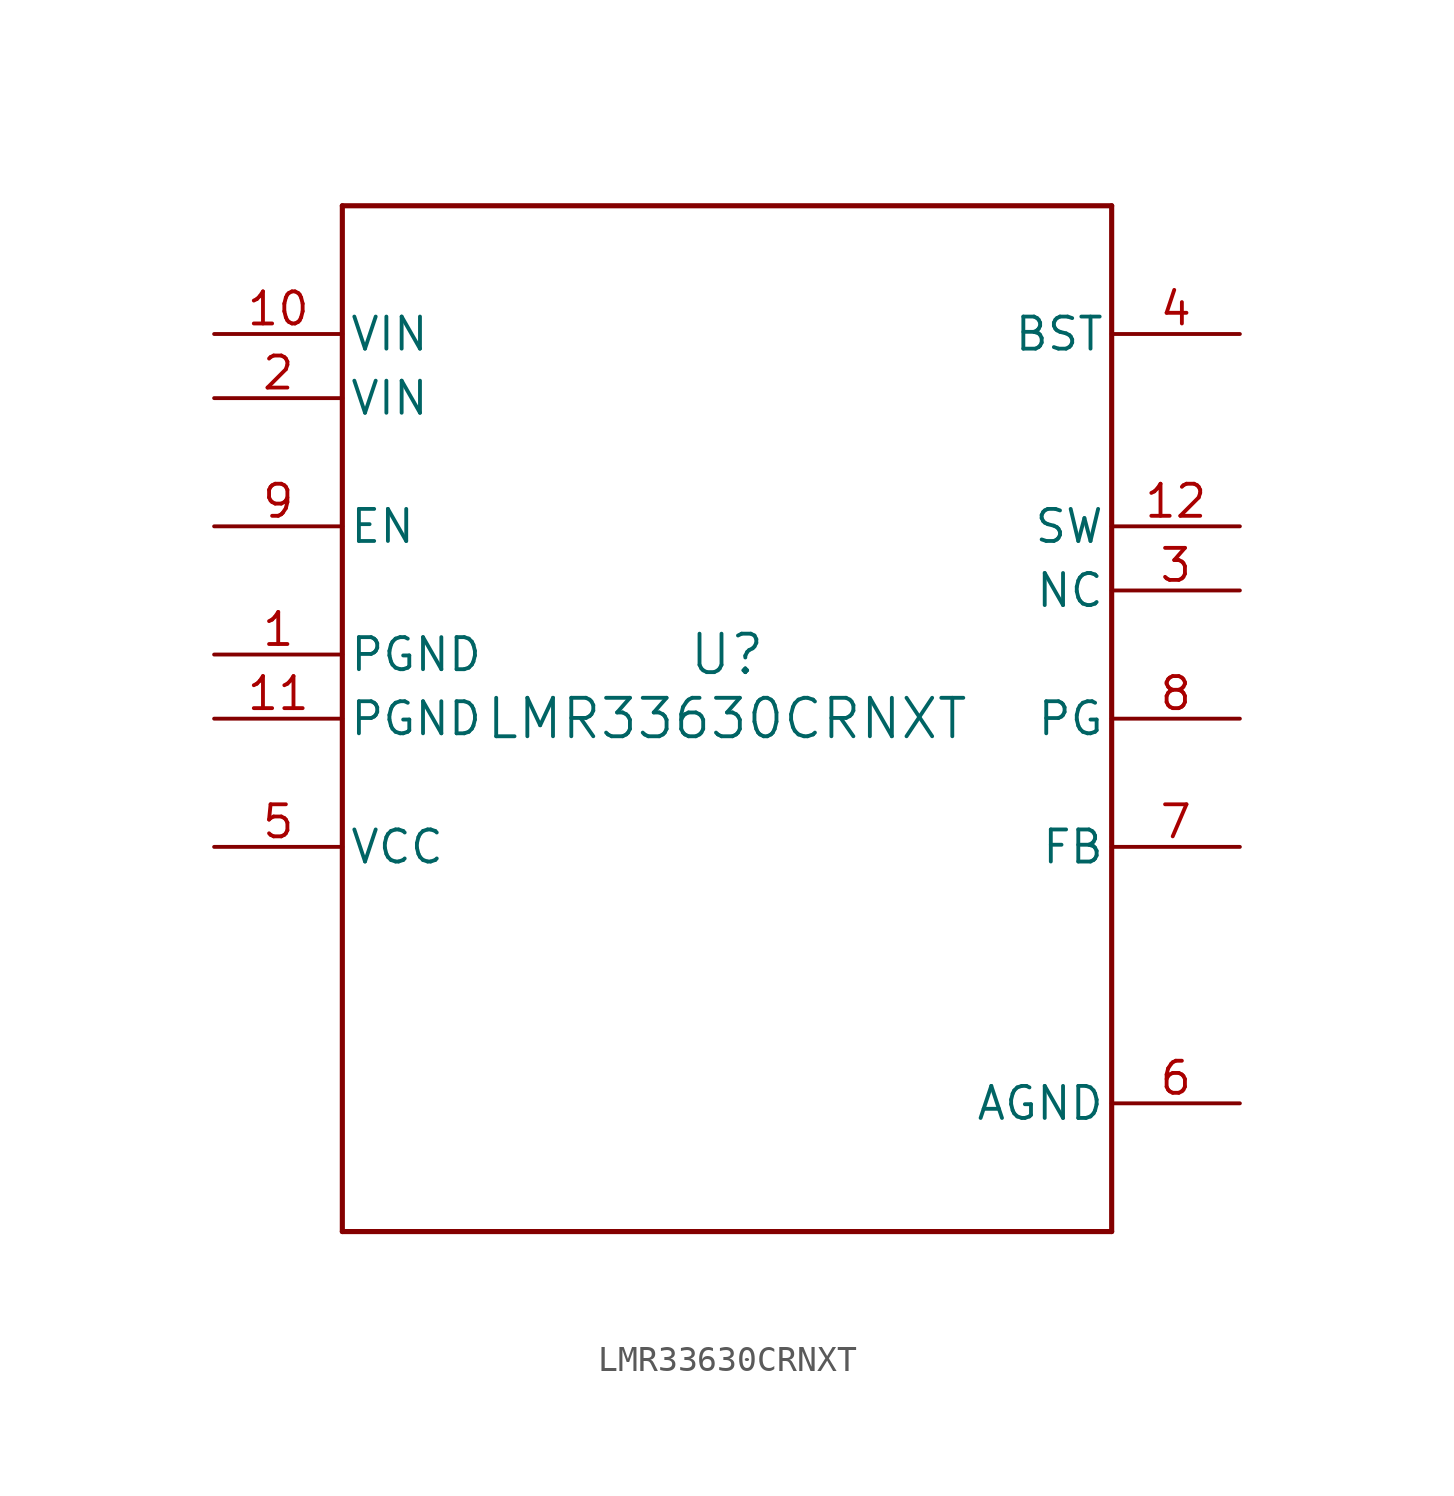
<source format=kicad_sym>
(kicad_symbol_lib
  (version 20211014)
  (generator kicad_symbol_editor)
  (symbol "LMR33630CRNXT"
    (pin_names
      (offset 0.254))
    (property "Reference" "U"
      (at 0 2.54 0)
      (effects (font (size 1.524 1.524))))
    (property "Value" "LMR33630CRNXT"
      (at 0 0 0)
      (effects (font (size 1.524 1.524))))
    (symbol "LMR33630CRNXT_0_1"
      (polyline (pts (xy -15.24 -20.32) (xy 15.24 -20.32)) (stroke (width 0.203) (type default) (color 0 0 0 0)) (fill (type none)))
      (polyline (pts (xy 15.24 -20.32) (xy 15.24 20.32)) (stroke (width 0.203) (type default) (color 0 0 0 0)) (fill (type none)))
      (polyline (pts (xy 15.24 20.32) (xy -15.24 20.32)) (stroke (width 0.203) (type default) (color 0 0 0 0)) (fill (type none)))
      (polyline (pts (xy -15.24 20.32) (xy -15.24 -20.32)) (stroke (width 0.203) (type default) (color 0 0 0 0)) (fill (type none)))
      (pin power_in line (at -20.32 2.54 0) (length 5.08) (name "PGND" (effects (font (size 1.27 1.27)))) (number "1" (effects (font (size 1.27 1.27)))))
      (pin power_in line (at -20.32 12.7 0) (length 5.08) (name "VIN" (effects (font (size 1.27 1.27)))) (number "2" (effects (font (size 1.27 1.27)))))
      (pin unspecified line (at 20.32 5.08 180) (length 5.08) (name "NC" (effects (font (size 1.27 1.27)))) (number "3" (effects (font (size 1.27 1.27)))))
      (pin unspecified line (at 20.32 15.24 180) (length 5.08) (name "BST" (effects (font (size 1.27 1.27)))) (number "4" (effects (font (size 1.27 1.27)))))
      (pin power_in line (at -20.32 -5.08 0) (length 5.08) (name "VCC" (effects (font (size 1.27 1.27)))) (number "5" (effects (font (size 1.27 1.27)))))
      (pin power_in line (at 20.32 -15.24 180) (length 5.08) (name "AGND" (effects (font (size 1.27 1.27)))) (number "6" (effects (font (size 1.27 1.27)))))
      (pin input line (at 20.32 -5.08 180) (length 5.08) (name "FB" (effects (font (size 1.27 1.27)))) (number "7" (effects (font (size 1.27 1.27)))))
      (pin open_collector line (at 20.32 0 180) (length 5.08) (name "PG" (effects (font (size 1.27 1.27)))) (number "8" (effects (font (size 1.27 1.27)))))
      (pin input line (at -20.32 7.62 0) (length 5.08) (name "EN" (effects (font (size 1.27 1.27)))) (number "9" (effects (font (size 1.27 1.27)))))
      (pin power_in line (at -20.32 15.24 0) (length 5.08) (name "VIN" (effects (font (size 1.27 1.27)))) (number "10" (effects (font (size 1.27 1.27)))))
      (pin power_in line (at -20.32 0 0) (length 5.08) (name "PGND" (effects (font (size 1.27 1.27)))) (number "11" (effects (font (size 1.27 1.27)))))
      (pin power_in line (at 20.32 7.62 180) (length 5.08) (name "SW" (effects (font (size 1.27 1.27)))) (number "12" (effects (font (size 1.27 1.27))))))))
</source>
